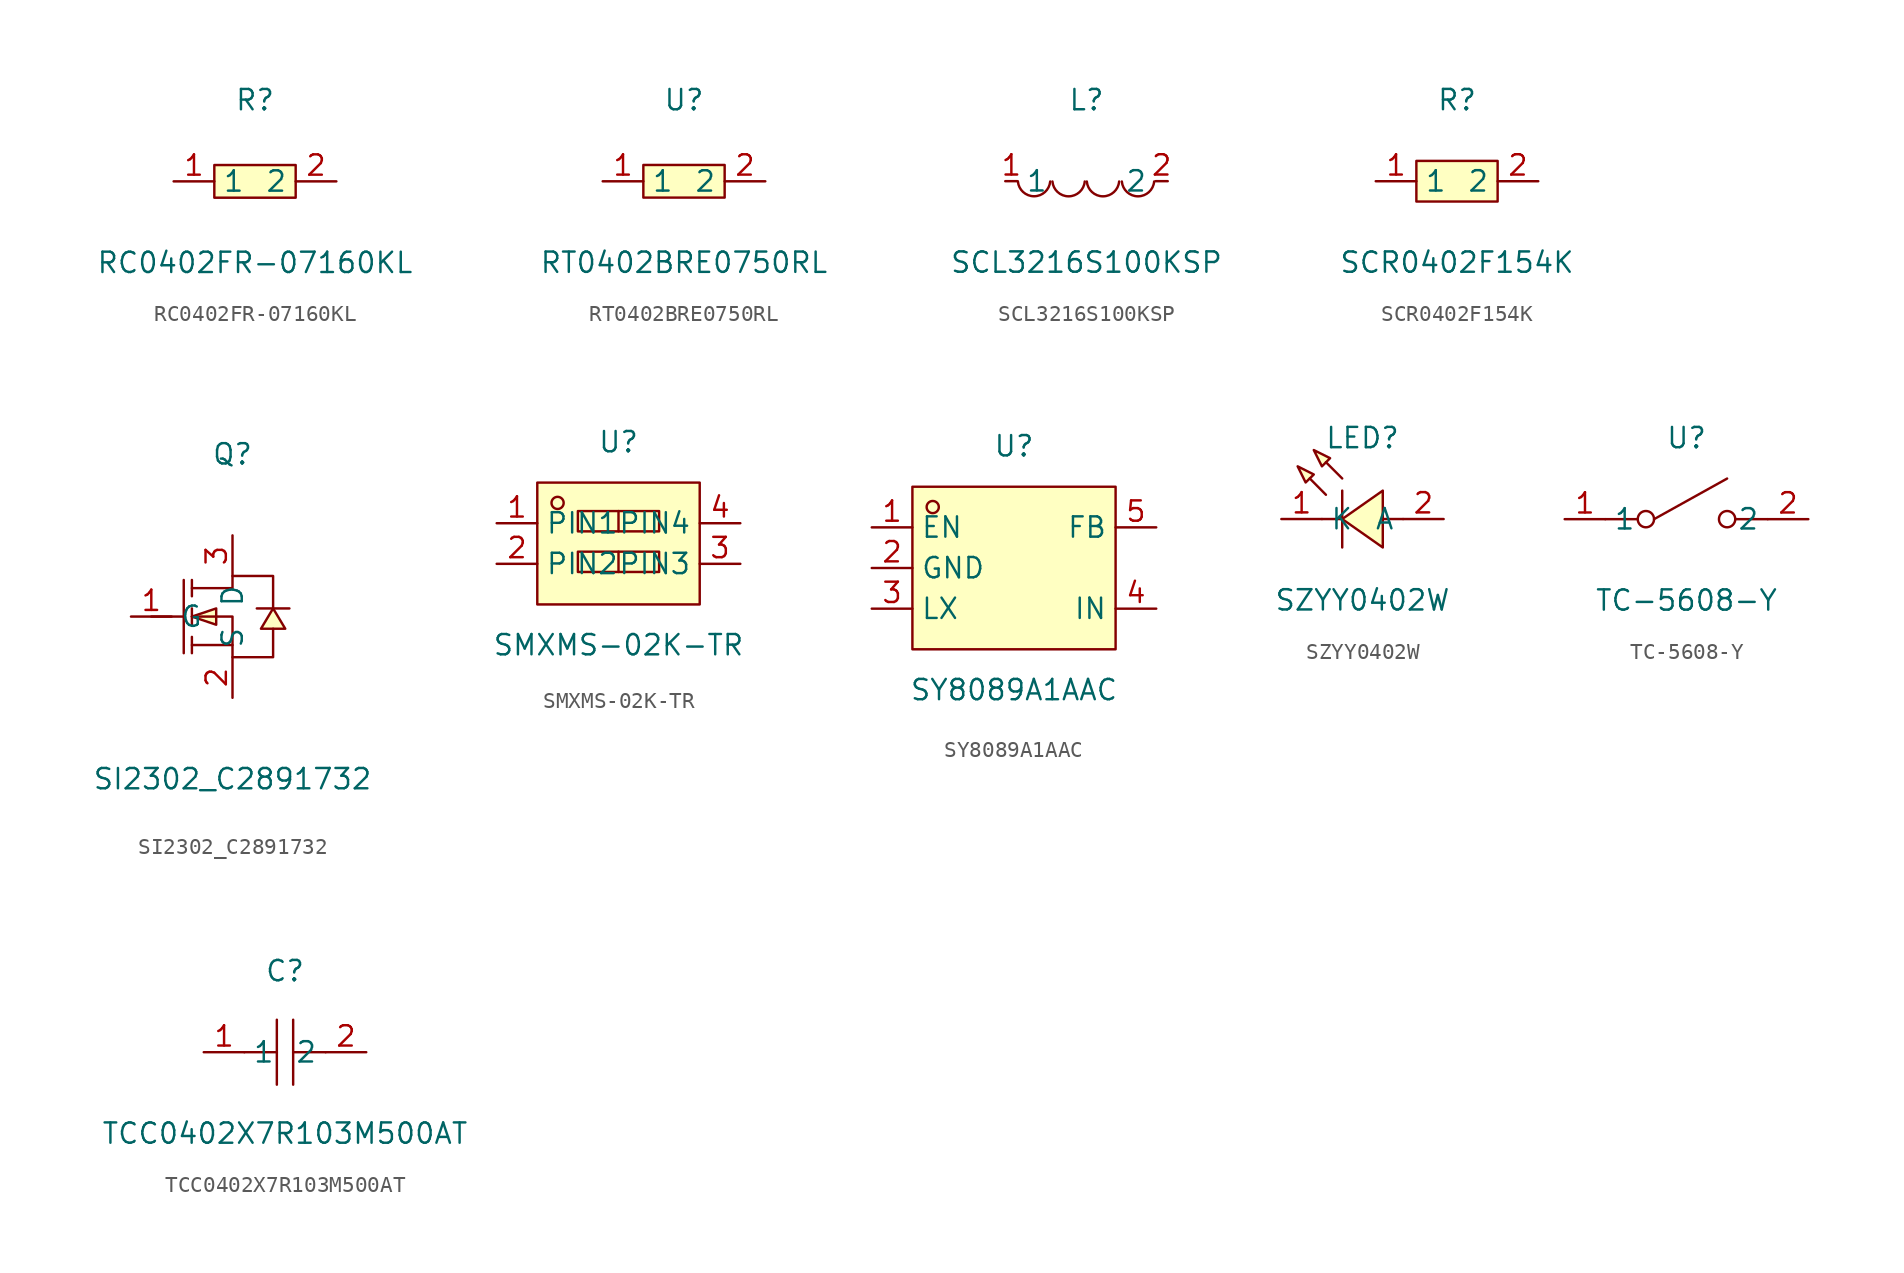
<source format=kicad_sym>
(kicad_symbol_lib
  (version 20241209)
  (generator "kicad_symbol_editor")
  (generator_version "9.0")
  (symbol "RC0402FR-07160KL"
    (property "Reference" "R"
      (at 0 5.08 0)
      (effects (font (size 1.27 1.27))))
    (property "Value" "RC0402FR-07160KL"
      (at 0 -5.08 0)
      (effects (font (size 1.27 1.27))))
    (symbol "RC0402FR-07160KL_0_1"
      (rectangle (start -2.54 1.02) (end 2.54 -1.02) (stroke (width 0) (type default)) (fill (type background)))
      (pin unspecified line (at -5.08 0 0) (length 2.54) (name "1" (effects (font (size 1.27 1.27)))) (number "1" (effects (font (size 1.27 1.27)))))
      (pin unspecified line (at 5.08 0 180) (length 2.54) (name "2" (effects (font (size 1.27 1.27)))) (number "2" (effects (font (size 1.27 1.27)))))))
  (symbol "RT0402BRE0750RL"
    (property "Reference" "U"
      (at 0 5.08 0)
      (effects (font (size 1.27 1.27))))
    (property "Value" "RT0402BRE0750RL"
      (at 0 -5.08 0)
      (effects (font (size 1.27 1.27))))
    (symbol "RT0402BRE0750RL_0_1"
      (rectangle (start -2.54 1.02) (end 2.54 -1.02) (stroke (width 0) (type default)) (fill (type background)))
      (pin unspecified line (at -5.08 0 0) (length 2.54) (name "1" (effects (font (size 1.27 1.27)))) (number "1" (effects (font (size 1.27 1.27)))))
      (pin unspecified line (at 5.08 0 180) (length 2.54) (name "2" (effects (font (size 1.27 1.27)))) (number "2" (effects (font (size 1.27 1.27)))))))
  (symbol "SCL3216S100KSP"
    (property "Reference" "L"
      (at 0 5.08 0)
      (effects (font (size 1.27 1.27))))
    (property "Value" "SCL3216S100KSP"
      (at 0 -5.08 0)
      (effects (font (size 1.27 1.27))))
    (symbol "SCL3216S100KSP_0_1"
      (arc (start -2.27 -0.02) (mid -3.28 -0.9427) (end -4.29 -0.02) (stroke (width 0) (type default)) (fill (type none)))
      (arc (start -0.11 -0.02) (mid -1.12 -0.9471) (end -2.13 -0.02) (stroke (width 0) (type default)) (fill (type none)))
      (arc (start 2.04 -0.02) (mid 1.03 -0.9471) (end 0.02 -0.02) (stroke (width 0) (type default)) (fill (type none)))
      (arc (start 4.23 -0.02) (mid 3.22 -0.9471) (end 2.21 -0.02) (stroke (width 0) (type default)) (fill (type none)))
      (pin unspecified line (at -5.08 0 0) (length 0.762) (name "1" (effects (font (size 1.27 1.27)))) (number "1" (effects (font (size 1.27 1.27)))))
      (pin unspecified line (at 5.08 0 180) (length 0.762) (name "2" (effects (font (size 1.27 1.27)))) (number "2" (effects (font (size 1.27 1.27)))))))
  (symbol "SCR0402F154K"
    (property "Reference" "R"
      (at 0 5.08 0)
      (effects (font (size 1.27 1.27))))
    (property "Value" "SCR0402F154K"
      (at 0 -5.08 0)
      (effects (font (size 1.27 1.27))))
    (symbol "SCR0402F154K_0_1"
      (rectangle (start -2.54 1.27) (end 2.54 -1.27) (stroke (width 0) (type default)) (fill (type background)))
      (pin unspecified line (at -5.08 0 0) (length 2.54) (name "1" (effects (font (size 1.27 1.27)))) (number "1" (effects (font (size 1.27 1.27)))))
      (pin unspecified line (at 5.08 0 180) (length 2.54) (name "2" (effects (font (size 1.27 1.27)))) (number "2" (effects (font (size 1.27 1.27)))))))
  (symbol "SI2302_C2891732"
    (property "Reference" "Q"
      (at 0 10.16 0)
      (effects (font (size 1.27 1.27))))
    (property "Value" "SI2302_C2891732"
      (at 0 -10.16 0)
      (effects (font (size 1.27 1.27))))
    (symbol "SI2302_C2891732_0_1"
      (polyline (pts (xy -5.08 0) (xy -3.05 0)) (stroke (width 0) (type default)) (fill (type none)))
      (polyline (pts (xy -3.05 2.29) (xy -3.05 -2.29)) (stroke (width 0) (type default)) (fill (type none)))
      (polyline (pts (xy -2.54 2.29) (xy -2.54 1.27)) (stroke (width 0) (type default)) (fill (type none)))
      (polyline (pts (xy -2.54 1.78) (xy 0 1.78) (xy 0 2.54) (xy 2.54 2.54) (xy 2.54 0.51)) (stroke (width 0) (type default)) (fill (type none)))
      (polyline (pts (xy -2.54 0) (xy -1.02 -0.51) (xy -1.02 0.51) (xy -2.54 0)) (stroke (width 0) (type default)) (fill (type background)))
      (polyline (pts (xy -2.54 0) (xy 0 0) (xy 0 -2.54) (xy 2.54 -2.54) (xy 2.54 -0.76)) (stroke (width 0) (type default)) (fill (type none)))
      (polyline (pts (xy -2.54 -0.51) (xy -2.54 0.51)) (stroke (width 0) (type default)) (fill (type none)))
      (polyline (pts (xy -2.54 -2.29) (xy -2.54 -1.27)) (stroke (width 0) (type default)) (fill (type none)))
      (polyline (pts (xy 0 -1.78) (xy -2.54 -1.78)) (stroke (width 0) (type default)) (fill (type none)))
      (polyline (pts (xy 2.54 0.51) (xy 1.78 -0.76) (xy 3.3 -0.76) (xy 2.54 0.51)) (stroke (width 0) (type default)) (fill (type background)))
      (polyline (pts (xy 3.56 0.51) (xy 3.05 0.51) (xy 2.03 0.51) (xy 1.52 0.51)) (stroke (width 0) (type default)) (fill (type none)))
      (pin unspecified line (at -6.35 0 0) (length 2.54) (name "G" (effects (font (size 1.27 1.27)))) (number "1" (effects (font (size 1.27 1.27)))))
      (pin unspecified line (at 0 5.08 270) (length 2.54) (name "D" (effects (font (size 1.27 1.27)))) (number "3" (effects (font (size 1.27 1.27)))))
      (pin unspecified line (at 0 -5.08 90) (length 2.54) (name "S" (effects (font (size 1.27 1.27)))) (number "2" (effects (font (size 1.27 1.27)))))))
  (symbol "SMXMS-02K-TR"
    (property "Reference" "U"
      (at 0 7.62 0)
      (effects (font (size 1.27 1.27))))
    (property "Value" "SMXMS-02K-TR"
      (at 0 -5.08 0)
      (effects (font (size 1.27 1.27))))
    (symbol "SMXMS-02K-TR_0_1"
      (rectangle (start -5.08 5.08) (end 5.08 -2.54) (stroke (width 0) (type default)) (fill (type background)))
      (circle (center -3.81 3.81) (radius 0.38) (stroke (width 0) (type default)) (fill (type none)))
      (rectangle (start -2.54 3.3) (end 2.54 2.03) (stroke (width 0) (type default)) (fill (type background)))
      (rectangle (start -2.54 0.76) (end 2.54 -0.51) (stroke (width 0) (type default)) (fill (type background)))
      (polyline (pts (xy 0 3.3) (xy 0 2.03)) (stroke (width 0) (type default)) (fill (type none)))
      (polyline (pts (xy 0 0.76) (xy 0 -0.51)) (stroke (width 0) (type default)) (fill (type none)))
      (pin unspecified line (at -7.62 2.54 0) (length 2.54) (name "PIN1" (effects (font (size 1.27 1.27)))) (number "1" (effects (font (size 1.27 1.27)))))
      (pin unspecified line (at -7.62 0 0) (length 2.54) (name "PIN2" (effects (font (size 1.27 1.27)))) (number "2" (effects (font (size 1.27 1.27)))))
      (pin unspecified line (at 7.62 2.54 180) (length 2.54) (name "PIN4" (effects (font (size 1.27 1.27)))) (number "4" (effects (font (size 1.27 1.27)))))
      (pin unspecified line (at 7.62 0 180) (length 2.54) (name "PIN3" (effects (font (size 1.27 1.27)))) (number "3" (effects (font (size 1.27 1.27)))))))
  (symbol "SY8089A1AAC"
    (property "Reference" "U"
      (at 0 7.62 0)
      (effects (font (size 1.27 1.27))))
    (property "Value" "SY8089A1AAC"
      (at 0 -7.62 0)
      (effects (font (size 1.27 1.27))))
    (symbol "SY8089A1AAC_0_1"
      (rectangle (start -6.35 5.08) (end 6.35 -5.08) (stroke (width 0) (type default)) (fill (type background)))
      (circle (center -5.08 3.81) (radius 0.38) (stroke (width 0) (type default)) (fill (type none)))
      (pin unspecified line (at -8.89 2.54 0) (length 2.54) (name "EN" (effects (font (size 1.27 1.27)))) (number "1" (effects (font (size 1.27 1.27)))))
      (pin unspecified line (at -8.89 0 0) (length 2.54) (name "GND" (effects (font (size 1.27 1.27)))) (number "2" (effects (font (size 1.27 1.27)))))
      (pin unspecified line (at -8.89 -2.54 0) (length 2.54) (name "LX" (effects (font (size 1.27 1.27)))) (number "3" (effects (font (size 1.27 1.27)))))
      (pin unspecified line (at 8.89 2.54 180) (length 2.54) (name "FB" (effects (font (size 1.27 1.27)))) (number "5" (effects (font (size 1.27 1.27)))))
      (pin unspecified line (at 8.89 -2.54 180) (length 2.54) (name "IN" (effects (font (size 1.27 1.27)))) (number "4" (effects (font (size 1.27 1.27)))))))
  (symbol "SZYY0402W"
    (property "Reference" "LED"
      (at 0 5.08 0)
      (effects (font (size 1.27 1.27))))
    (property "Value" "SZYY0402W"
      (at 0 -5.08 0)
      (effects (font (size 1.27 1.27))))
    (symbol "SZYY0402W_0_1"
      (polyline (pts (xy -4.06 3.3) (xy -3.05 2.79) (xy -3.56 2.29) (xy -4.06 3.3)) (stroke (width 0) (type default)) (fill (type background)))
      (polyline (pts (xy -3.05 4.32) (xy -2.03 3.81) (xy -2.54 3.3) (xy -3.05 4.32)) (stroke (width 0) (type default)) (fill (type background)))
      (polyline (pts (xy -2.29 1.52) (xy -3.3 2.54) (xy -2.29 1.52)) (stroke (width 0) (type default)) (fill (type background)))
      (polyline (pts (xy -1.27 2.54) (xy -2.29 3.56) (xy -1.27 2.54)) (stroke (width 0) (type default)) (fill (type background)))
      (polyline (pts (xy -1.27 1.78) (xy -1.27 -1.78)) (stroke (width 0) (type default)) (fill (type none)))
      (polyline (pts (xy -1.27 0) (xy -2.54 0)) (stroke (width 0) (type default)) (fill (type none)))
      (polyline (pts (xy 1.27 1.78) (xy -1.27 0) (xy 1.27 -1.78) (xy 1.27 1.78)) (stroke (width 0) (type default)) (fill (type background)))
      (polyline (pts (xy 2.54 0) (xy 1.27 0)) (stroke (width 0) (type default)) (fill (type none)))
      (pin unspecified line (at -5.08 0 0) (length 2.54) (name "K" (effects (font (size 1.27 1.27)))) (number "1" (effects (font (size 1.27 1.27)))))
      (pin unspecified line (at 5.08 0 180) (length 2.54) (name "A" (effects (font (size 1.27 1.27)))) (number "2" (effects (font (size 1.27 1.27)))))))
  (symbol "TC-5608-Y"
    (property "Reference" "U"
      (at 0 5.08 0)
      (effects (font (size 1.27 1.27))))
    (property "Value" "TC-5608-Y"
      (at 0 -5.08 0)
      (effects (font (size 1.27 1.27))))
    (symbol "TC-5608-Y_0_1"
      (polyline (pts (xy -3.05 0) (xy -5.08 0)) (stroke (width 0) (type default)) (fill (type none)))
      (circle (center -2.54 0) (radius 0.51) (stroke (width 0) (type default)) (fill (type none)))
      (polyline (pts (xy -2.03 0) (xy 2.54 2.54)) (stroke (width 0) (type default)) (fill (type none)))
      (circle (center 2.54 0) (radius 0.51) (stroke (width 0) (type default)) (fill (type none)))
      (polyline (pts (xy 5.08 0) (xy 3.05 0)) (stroke (width 0) (type default)) (fill (type none)))
      (pin unspecified line (at -7.62 0 0) (length 2.54) (name "1" (effects (font (size 1.27 1.27)))) (number "1" (effects (font (size 1.27 1.27)))))
      (pin unspecified line (at 7.62 0 180) (length 2.54) (name "2" (effects (font (size 1.27 1.27)))) (number "2" (effects (font (size 1.27 1.27)))))))
  (symbol "TCC0402X7R103M500AT"
    (property "Reference" "C"
      (at 0 5.08 0)
      (effects (font (size 1.27 1.27))))
    (property "Value" "TCC0402X7R103M500AT"
      (at 0 -5.08 0)
      (effects (font (size 1.27 1.27))))
    (symbol "TCC0402X7R103M500AT_0_1"
      (polyline (pts (xy -0.51 0) (xy -2.54 0)) (stroke (width 0) (type default)) (fill (type none)))
      (polyline (pts (xy -0.51 -2.03) (xy -0.51 2.03)) (stroke (width 0) (type default)) (fill (type none)))
      (polyline (pts (xy 0.51 2.03) (xy 0.51 -2.03)) (stroke (width 0) (type default)) (fill (type none)))
      (polyline (pts (xy 2.54 0) (xy 0.51 0)) (stroke (width 0) (type default)) (fill (type none)))
      (pin unspecified line (at -5.08 0 0) (length 2.54) (name "1" (effects (font (size 1.27 1.27)))) (number "1" (effects (font (size 1.27 1.27)))))
      (pin unspecified line (at 5.08 0 180) (length 2.54) (name "2" (effects (font (size 1.27 1.27)))) (number "2" (effects (font (size 1.27 1.27))))))))
</source>
